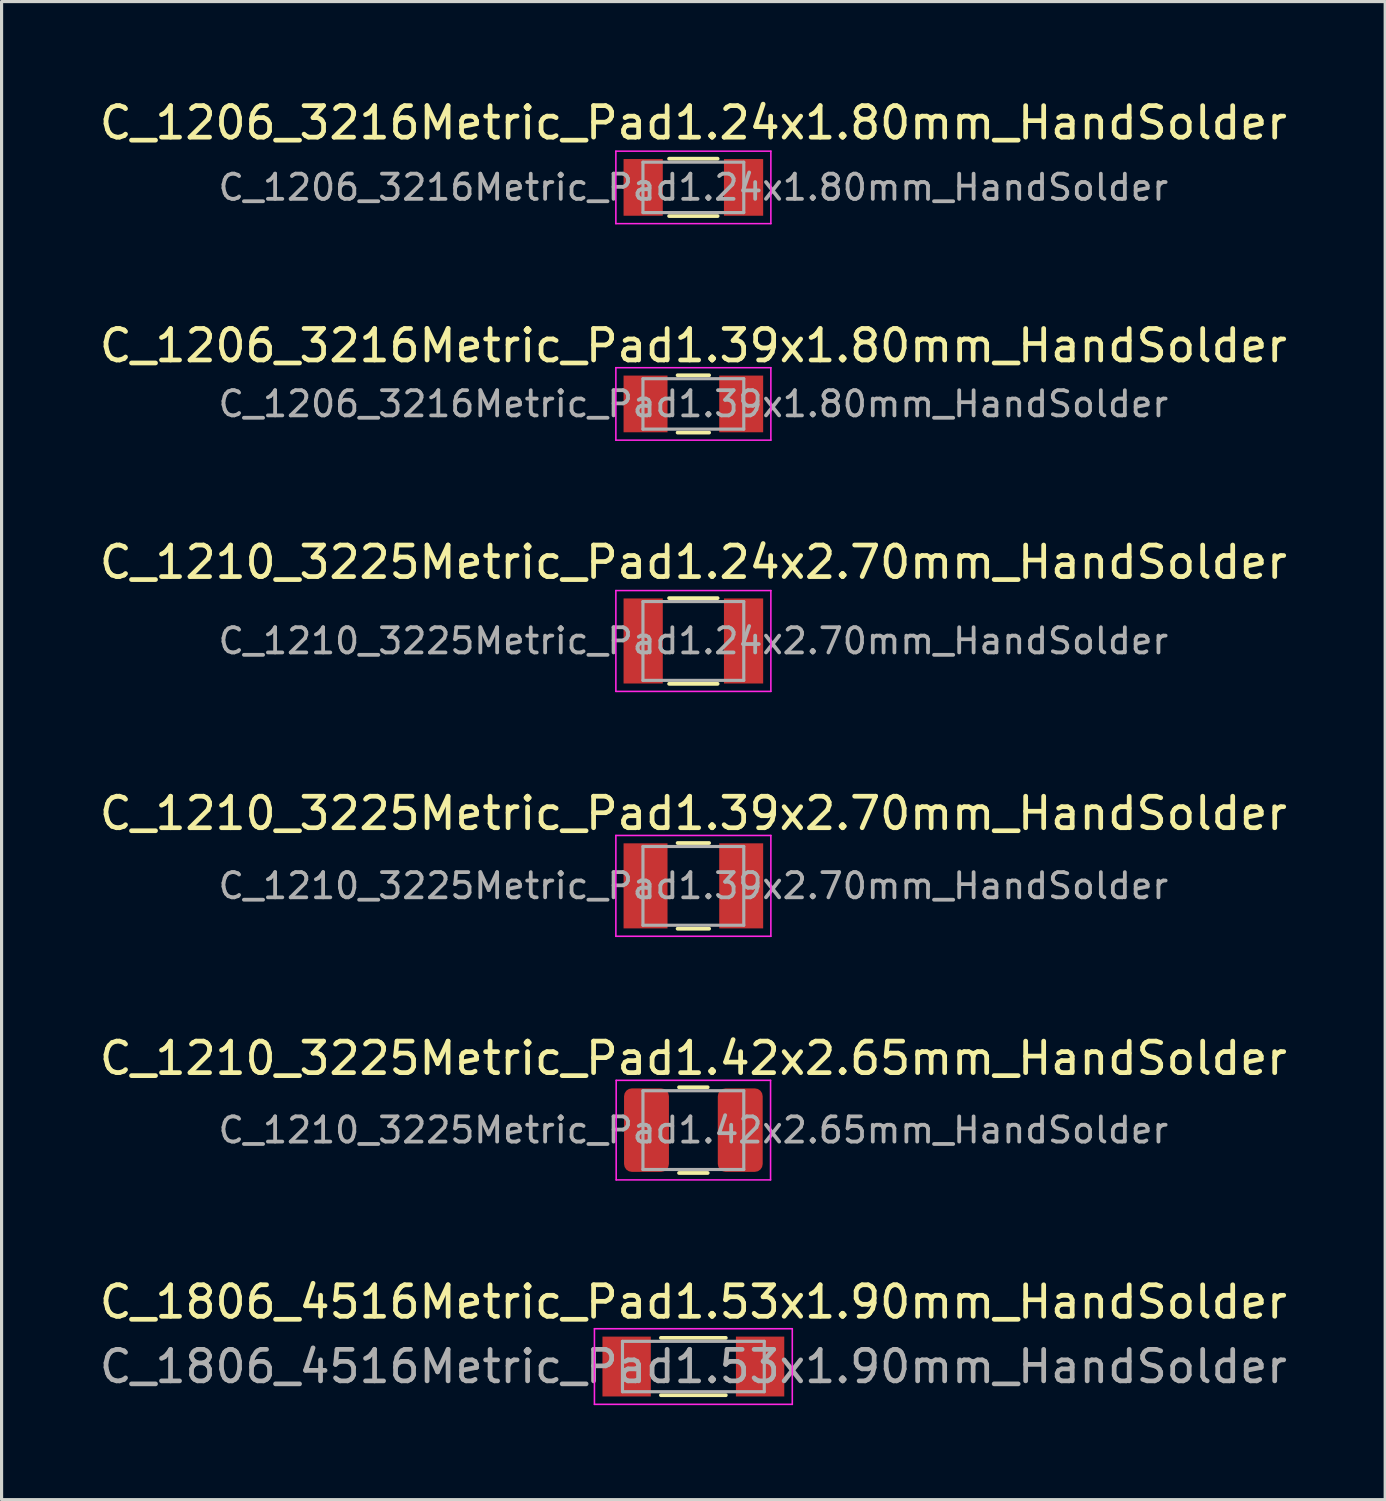
<source format=kicad_pcb>
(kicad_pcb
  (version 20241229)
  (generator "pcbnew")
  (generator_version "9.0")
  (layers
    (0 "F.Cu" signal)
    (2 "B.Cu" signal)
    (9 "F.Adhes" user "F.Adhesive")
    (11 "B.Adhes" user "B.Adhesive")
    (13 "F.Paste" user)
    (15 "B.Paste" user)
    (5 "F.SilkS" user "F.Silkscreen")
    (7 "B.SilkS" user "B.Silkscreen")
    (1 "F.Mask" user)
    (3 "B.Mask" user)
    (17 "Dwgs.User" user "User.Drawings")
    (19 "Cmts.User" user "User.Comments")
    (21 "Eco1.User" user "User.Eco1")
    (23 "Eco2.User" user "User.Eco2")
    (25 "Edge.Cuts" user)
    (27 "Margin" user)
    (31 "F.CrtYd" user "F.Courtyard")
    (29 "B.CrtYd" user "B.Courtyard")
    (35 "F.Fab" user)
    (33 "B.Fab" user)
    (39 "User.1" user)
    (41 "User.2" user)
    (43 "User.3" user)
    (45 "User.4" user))
  (footprint "C_1206_3216Metric_Pad1.39x1.80mm_HandSolder"
    (layer "F.Cu")
    (at 18.958 9.771)
    (property "Reference" "C_1206_3216Metric_Pad1.39x1.80mm_HandSolder" (at 0 -1.85 0) (layer "F.SilkS") (effects (font (size 1 1) (thickness 0.15))))
    (attr smd)
    (fp_line (start -0.5 -0.91) (end 0.5 -0.91) (stroke (width 0.12) (type solid)) (layer "F.SilkS"))
    (fp_line (start -0.5 0.91) (end 0.5 0.91) (stroke (width 0.12) (type solid)) (layer "F.SilkS"))
    (fp_line (start -2.46 -1.15) (end 2.46 -1.15) (stroke (width 0.05) (type solid)) (layer "F.CrtYd"))
    (fp_line (start -2.46 1.15) (end -2.46 -1.15) (stroke (width 0.05) (type solid)) (layer "F.CrtYd"))
    (fp_line (start 2.46 -1.15) (end 2.46 1.15) (stroke (width 0.05) (type solid)) (layer "F.CrtYd"))
    (fp_line (start 2.46 1.15) (end -2.46 1.15) (stroke (width 0.05) (type solid)) (layer "F.CrtYd"))
    (fp_line (start -1.6 -0.8) (end 1.6 -0.8) (stroke (width 0.1) (type solid)) (layer "F.Fab"))
    (fp_line (start -1.6 0.8) (end -1.6 -0.8) (stroke (width 0.1) (type solid)) (layer "F.Fab"))
    (fp_line (start 1.6 -0.8) (end 1.6 0.8) (stroke (width 0.1) (type solid)) (layer "F.Fab"))
    (fp_line (start 1.6 0.8) (end -1.6 0.8) (stroke (width 0.1) (type solid)) (layer "F.Fab"))
    (fp_text user "${REFERENCE}" (at 0 0 0) (layer "F.Fab") (effects (font (size 0.8 0.8) (thickness 0.12))))
    (pad "1" smd rect (at -1.518 0) (size 1.395 1.8) (layers "F.Cu" "F.Mask" "F.Paste"))
    (pad "2" smd rect (at 1.518 0) (size 1.395 1.8) (layers "F.Cu" "F.Mask" "F.Paste")))
  (footprint "C_1806_4516Metric_Pad1.53x1.90mm_HandSolder"
    (layer "F.Cu")
    (at 18.958 40.325)
    (property "Reference" "C_1806_4516Metric_Pad1.53x1.90mm_HandSolder" (at 0 -2.05 0) (layer "F.SilkS") (effects (font (size 1 1) (thickness 0.15))))
    (attr smd)
    (fp_line (start -1.03 -0.91) (end 1.03 -0.91) (stroke (width 0.12) (type solid)) (layer "F.SilkS"))
    (fp_line (start -1.03 0.91) (end 1.03 0.91) (stroke (width 0.12) (type solid)) (layer "F.SilkS"))
    (fp_line (start -3.14 -1.2) (end 3.14 -1.2) (stroke (width 0.05) (type solid)) (layer "F.CrtYd"))
    (fp_line (start -3.14 1.2) (end -3.14 -1.2) (stroke (width 0.05) (type solid)) (layer "F.CrtYd"))
    (fp_line (start 3.14 -1.2) (end 3.14 1.2) (stroke (width 0.05) (type solid)) (layer "F.CrtYd"))
    (fp_line (start 3.14 1.2) (end -3.14 1.2) (stroke (width 0.05) (type solid)) (layer "F.CrtYd"))
    (fp_line (start -2.25 -0.8) (end 2.25 -0.8) (stroke (width 0.1) (type solid)) (layer "F.Fab"))
    (fp_line (start -2.25 0.8) (end -2.25 -0.8) (stroke (width 0.1) (type solid)) (layer "F.Fab"))
    (fp_line (start 2.25 -0.8) (end 2.25 0.8) (stroke (width 0.1) (type solid)) (layer "F.Fab"))
    (fp_line (start 2.25 0.8) (end -2.25 0.8) (stroke (width 0.1) (type solid)) (layer "F.Fab"))
    (fp_text user "${REFERENCE}" (at 0 0 0) (layer "F.Fab") (effects (font (size 1 1) (thickness 0.15))))
    (pad "1" smd rect (at -2.118 0) (size 1.535 1.9) (layers "F.Cu" "F.Mask" "F.Paste"))
    (pad "2" smd rect (at 2.118 0) (size 1.535 1.9) (layers "F.Cu" "F.Mask" "F.Paste")))
  (footprint "C_1210_3225Metric_Pad1.39x2.70mm_HandSolder"
    (layer "F.Cu")
    (at 18.958 25.068)
    (property "Reference" "C_1210_3225Metric_Pad1.39x2.70mm_HandSolder" (at 0 -2.3 0) (layer "F.SilkS") (effects (font (size 1 1) (thickness 0.15))))
    (attr smd)
    (fp_line (start -0.5 -1.36) (end 0.5 -1.36) (stroke (width 0.12) (type solid)) (layer "F.SilkS"))
    (fp_line (start -0.5 1.36) (end 0.5 1.36) (stroke (width 0.12) (type solid)) (layer "F.SilkS"))
    (fp_line (start -2.46 -1.6) (end 2.46 -1.6) (stroke (width 0.05) (type solid)) (layer "F.CrtYd"))
    (fp_line (start -2.46 1.6) (end -2.46 -1.6) (stroke (width 0.05) (type solid)) (layer "F.CrtYd"))
    (fp_line (start 2.46 -1.6) (end 2.46 1.6) (stroke (width 0.05) (type solid)) (layer "F.CrtYd"))
    (fp_line (start 2.46 1.6) (end -2.46 1.6) (stroke (width 0.05) (type solid)) (layer "F.CrtYd"))
    (fp_line (start -1.6 -1.25) (end 1.6 -1.25) (stroke (width 0.1) (type solid)) (layer "F.Fab"))
    (fp_line (start -1.6 1.25) (end -1.6 -1.25) (stroke (width 0.1) (type solid)) (layer "F.Fab"))
    (fp_line (start 1.6 -1.25) (end 1.6 1.25) (stroke (width 0.1) (type solid)) (layer "F.Fab"))
    (fp_line (start 1.6 1.25) (end -1.6 1.25) (stroke (width 0.1) (type solid)) (layer "F.Fab"))
    (fp_text user "${REFERENCE}" (at 0 0 0) (layer "F.Fab") (effects (font (size 0.8 0.8) (thickness 0.12))))
    (pad "1" smd rect (at -1.518 0) (size 1.395 2.7) (layers "F.Cu" "F.Mask" "F.Paste"))
    (pad "2" smd rect (at 1.518 0) (size 1.395 2.7) (layers "F.Cu" "F.Mask" "F.Paste")))
  (footprint "C_1206_3216Metric_Pad1.24x1.80mm_HandSolder"
    (layer "F.Cu")
    (at 18.958 2.898)
    (property "Reference" "C_1206_3216Metric_Pad1.24x1.80mm_HandSolder" (at 0 -2.05 0) (layer "F.SilkS") (effects (font (size 1 1) (thickness 0.15))))
    (attr smd)
    (fp_line (start -0.77 -0.91) (end 0.77 -0.91) (stroke (width 0.12) (type solid)) (layer "F.SilkS"))
    (fp_line (start -0.77 0.91) (end 0.77 0.91) (stroke (width 0.12) (type solid)) (layer "F.SilkS"))
    (fp_line (start -2.46 -1.15) (end 2.46 -1.15) (stroke (width 0.05) (type solid)) (layer "F.CrtYd"))
    (fp_line (start -2.46 1.15) (end -2.46 -1.15) (stroke (width 0.05) (type solid)) (layer "F.CrtYd"))
    (fp_line (start 2.46 -1.15) (end 2.46 1.15) (stroke (width 0.05) (type solid)) (layer "F.CrtYd"))
    (fp_line (start 2.46 1.15) (end -2.46 1.15) (stroke (width 0.05) (type solid)) (layer "F.CrtYd"))
    (fp_line (start -1.6 -0.8) (end 1.6 -0.8) (stroke (width 0.1) (type solid)) (layer "F.Fab"))
    (fp_line (start -1.6 0.8) (end -1.6 -0.8) (stroke (width 0.1) (type solid)) (layer "F.Fab"))
    (fp_line (start 1.6 -0.8) (end 1.6 0.8) (stroke (width 0.1) (type solid)) (layer "F.Fab"))
    (fp_line (start 1.6 0.8) (end -1.6 0.8) (stroke (width 0.1) (type solid)) (layer "F.Fab"))
    (fp_text user "${REFERENCE}" (at 0 0 0) (layer "F.Fab") (effects (font (size 0.8 0.8) (thickness 0.12))))
    (pad "1" smd rect (at -1.593 0) (size 1.245 1.8) (layers "F.Cu" "F.Mask" "F.Paste"))
    (pad "2" smd rect (at 1.593 0) (size 1.245 1.8) (layers "F.Cu" "F.Mask" "F.Paste")))
  (footprint "C_1210_3225Metric_Pad1.42x2.65mm_HandSolder"
    (layer "F.Cu")
    (at 18.958 32.821)
    (property "Reference" "C_1210_3225Metric_Pad1.42x2.65mm_HandSolder" (at 0 -2.28 0) (layer "F.SilkS") (effects (font (size 1 1) (thickness 0.15))))
    (attr smd)
    (fp_line (start -0.455 -1.36) (end 0.455 -1.36) (stroke (width 0.12) (type solid)) (layer "F.SilkS"))
    (fp_line (start -0.455 1.36) (end 0.455 1.36) (stroke (width 0.12) (type solid)) (layer "F.SilkS"))
    (fp_line (start -2.45 -1.58) (end 2.45 -1.58) (stroke (width 0.05) (type solid)) (layer "F.CrtYd"))
    (fp_line (start -2.45 1.58) (end -2.45 -1.58) (stroke (width 0.05) (type solid)) (layer "F.CrtYd"))
    (fp_line (start 2.45 -1.58) (end 2.45 1.58) (stroke (width 0.05) (type solid)) (layer "F.CrtYd"))
    (fp_line (start 2.45 1.58) (end -2.45 1.58) (stroke (width 0.05) (type solid)) (layer "F.CrtYd"))
    (fp_line (start -1.6 -1.25) (end 1.6 -1.25) (stroke (width 0.1) (type solid)) (layer "F.Fab"))
    (fp_line (start -1.6 1.25) (end -1.6 -1.25) (stroke (width 0.1) (type solid)) (layer "F.Fab"))
    (fp_line (start 1.6 -1.25) (end 1.6 1.25) (stroke (width 0.1) (type solid)) (layer "F.Fab"))
    (fp_line (start 1.6 1.25) (end -1.6 1.25) (stroke (width 0.1) (type solid)) (layer "F.Fab"))
    (fp_text user "${REFERENCE}" (at 0 0 0) (layer "F.Fab") (effects (font (size 0.8 0.8) (thickness 0.12))))
    (pad "1" smd roundrect (at -1.488 0) (size 1.425 2.65) (layers "F.Cu" "F.Mask" "F.Paste") (roundrect_rratio 0.175))
    (pad "2" smd roundrect (at 1.488 0) (size 1.425 2.65) (layers "F.Cu" "F.Mask" "F.Paste") (roundrect_rratio 0.175)))
  (footprint "C_1210_3225Metric_Pad1.24x2.70mm_HandSolder"
    (layer "F.Cu")
    (at 18.958 17.295)
    (property "Reference" "C_1210_3225Metric_Pad1.24x2.70mm_HandSolder" (at 0 -2.5 0) (layer "F.SilkS") (effects (font (size 1 1) (thickness 0.15))))
    (attr smd)
    (fp_line (start -0.77 -1.36) (end 0.77 -1.36) (stroke (width 0.12) (type solid)) (layer "F.SilkS"))
    (fp_line (start -0.77 1.36) (end 0.77 1.36) (stroke (width 0.12) (type solid)) (layer "F.SilkS"))
    (fp_line (start -2.46 -1.6) (end 2.46 -1.6) (stroke (width 0.05) (type solid)) (layer "F.CrtYd"))
    (fp_line (start -2.46 1.6) (end -2.46 -1.6) (stroke (width 0.05) (type solid)) (layer "F.CrtYd"))
    (fp_line (start 2.46 -1.6) (end 2.46 1.6) (stroke (width 0.05) (type solid)) (layer "F.CrtYd"))
    (fp_line (start 2.46 1.6) (end -2.46 1.6) (stroke (width 0.05) (type solid)) (layer "F.CrtYd"))
    (fp_line (start -1.6 -1.25) (end 1.6 -1.25) (stroke (width 0.1) (type solid)) (layer "F.Fab"))
    (fp_line (start -1.6 1.25) (end -1.6 -1.25) (stroke (width 0.1) (type solid)) (layer "F.Fab"))
    (fp_line (start 1.6 -1.25) (end 1.6 1.25) (stroke (width 0.1) (type solid)) (layer "F.Fab"))
    (fp_line (start 1.6 1.25) (end -1.6 1.25) (stroke (width 0.1) (type solid)) (layer "F.Fab"))
    (fp_text user "${REFERENCE}" (at 0 0 0) (layer "F.Fab") (effects (font (size 0.8 0.8) (thickness 0.12))))
    (pad "1" smd rect (at -1.593 0) (size 1.245 2.7) (layers "F.Cu" "F.Mask" "F.Paste"))
    (pad "2" smd rect (at 1.593 0) (size 1.245 2.7) (layers "F.Cu" "F.Mask" "F.Paste")))
  (gr_rect
    (start -3 -3)
    (end 40.917 44.55)
    (stroke (width 0.1) (type default))
    (fill no)
    (layer "Edge.Cuts")))
</source>
